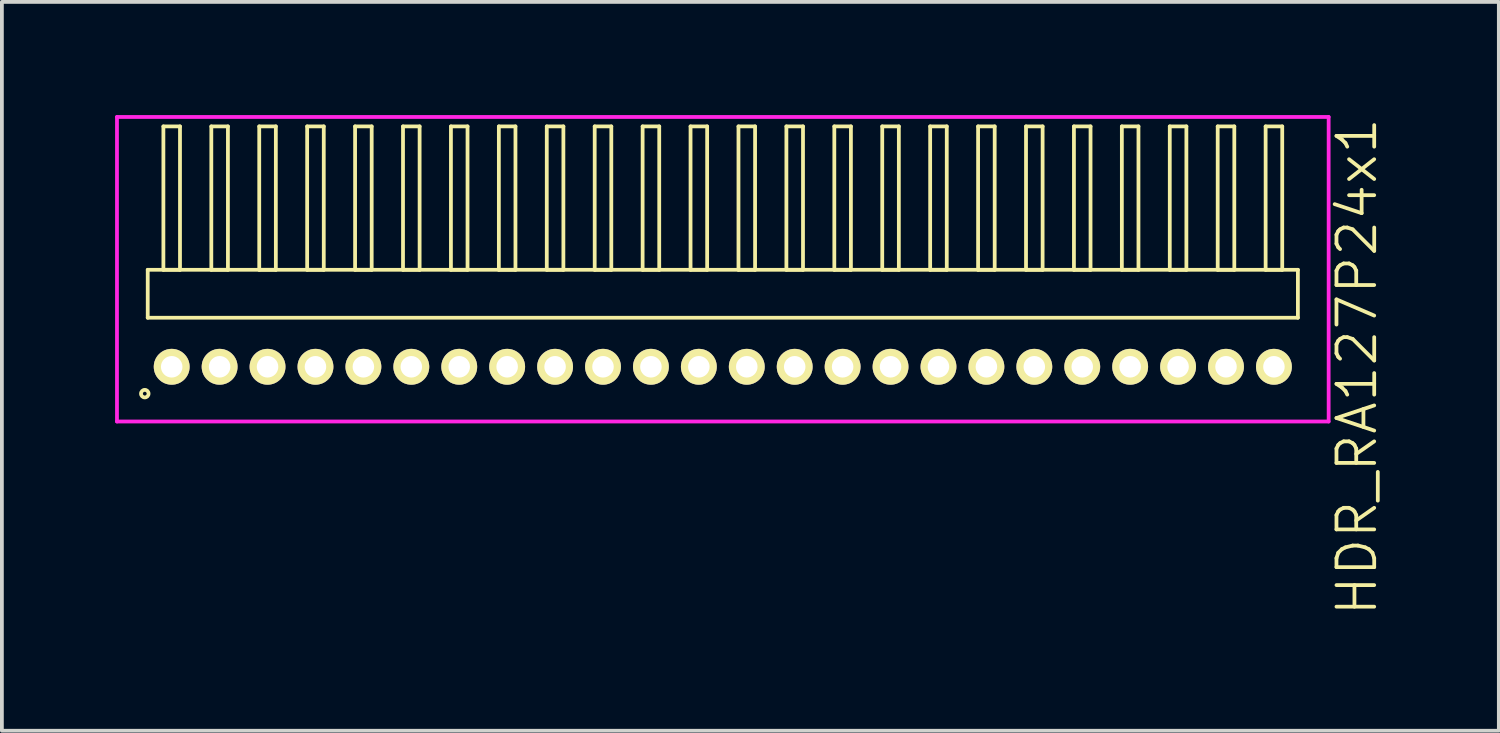
<source format=kicad_pcb>
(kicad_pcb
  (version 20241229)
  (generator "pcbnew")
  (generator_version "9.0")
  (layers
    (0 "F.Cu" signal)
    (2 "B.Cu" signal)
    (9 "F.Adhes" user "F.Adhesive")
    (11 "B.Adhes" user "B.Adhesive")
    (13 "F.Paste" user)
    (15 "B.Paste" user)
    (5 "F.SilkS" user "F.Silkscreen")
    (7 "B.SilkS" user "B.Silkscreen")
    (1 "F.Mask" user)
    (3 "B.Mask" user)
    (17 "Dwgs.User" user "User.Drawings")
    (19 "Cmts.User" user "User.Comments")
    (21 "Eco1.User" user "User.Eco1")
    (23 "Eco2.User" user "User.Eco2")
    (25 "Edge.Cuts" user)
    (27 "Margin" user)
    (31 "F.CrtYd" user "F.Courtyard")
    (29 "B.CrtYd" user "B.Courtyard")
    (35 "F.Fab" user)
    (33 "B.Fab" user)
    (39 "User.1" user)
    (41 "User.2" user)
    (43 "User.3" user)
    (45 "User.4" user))
  (footprint "HDR_RA127P24x1"
    (layer "F.Cu")
    (at 16.105 6.67)
    (property "Reference" "HDR_RA127P24x1" (at 16.805 0 90) (layer "F.SilkS") (effects (font (size 1 1) (thickness 0.1))))
    (attr through_hole)
    (fp_line (start -15.24 -2.57) (end -15.24 -1.3) (stroke (width 0.1) (type solid)) (layer "F.SilkS"))
    (fp_line (start -15.24 -1.3) (end 15.24 -1.3) (stroke (width 0.1) (type solid)) (layer "F.SilkS"))
    (fp_line (start -14.825 -6.37) (end -14.825 -2.57) (stroke (width 0.1) (type solid)) (layer "F.SilkS"))
    (fp_line (start -14.825 -2.57) (end -14.385 -2.57) (stroke (width 0.1) (type solid)) (layer "F.SilkS"))
    (fp_line (start -14.385 -6.37) (end -14.825 -6.37) (stroke (width 0.1) (type solid)) (layer "F.SilkS"))
    (fp_line (start -14.385 -2.57) (end -14.385 -6.37) (stroke (width 0.1) (type solid)) (layer "F.SilkS"))
    (fp_line (start -13.555 -6.37) (end -13.555 -2.57) (stroke (width 0.1) (type solid)) (layer "F.SilkS"))
    (fp_line (start -13.555 -2.57) (end -13.115 -2.57) (stroke (width 0.1) (type solid)) (layer "F.SilkS"))
    (fp_line (start -13.115 -6.37) (end -13.555 -6.37) (stroke (width 0.1) (type solid)) (layer "F.SilkS"))
    (fp_line (start -13.115 -2.57) (end -13.115 -6.37) (stroke (width 0.1) (type solid)) (layer "F.SilkS"))
    (fp_line (start -12.285 -6.37) (end -12.285 -2.57) (stroke (width 0.1) (type solid)) (layer "F.SilkS"))
    (fp_line (start -12.285 -2.57) (end -11.845 -2.57) (stroke (width 0.1) (type solid)) (layer "F.SilkS"))
    (fp_line (start -11.845 -6.37) (end -12.285 -6.37) (stroke (width 0.1) (type solid)) (layer "F.SilkS"))
    (fp_line (start -11.845 -2.57) (end -11.845 -6.37) (stroke (width 0.1) (type solid)) (layer "F.SilkS"))
    (fp_line (start -11.015 -6.37) (end -11.015 -2.57) (stroke (width 0.1) (type solid)) (layer "F.SilkS"))
    (fp_line (start -11.015 -2.57) (end -10.575 -2.57) (stroke (width 0.1) (type solid)) (layer "F.SilkS"))
    (fp_line (start -10.575 -6.37) (end -11.015 -6.37) (stroke (width 0.1) (type solid)) (layer "F.SilkS"))
    (fp_line (start -10.575 -2.57) (end -10.575 -6.37) (stroke (width 0.1) (type solid)) (layer "F.SilkS"))
    (fp_line (start -9.745 -6.37) (end -9.745 -2.57) (stroke (width 0.1) (type solid)) (layer "F.SilkS"))
    (fp_line (start -9.745 -2.57) (end -9.305 -2.57) (stroke (width 0.1) (type solid)) (layer "F.SilkS"))
    (fp_line (start -9.305 -6.37) (end -9.745 -6.37) (stroke (width 0.1) (type solid)) (layer "F.SilkS"))
    (fp_line (start -9.305 -2.57) (end -9.305 -6.37) (stroke (width 0.1) (type solid)) (layer "F.SilkS"))
    (fp_line (start -8.475 -6.37) (end -8.475 -2.57) (stroke (width 0.1) (type solid)) (layer "F.SilkS"))
    (fp_line (start -8.475 -2.57) (end -8.035 -2.57) (stroke (width 0.1) (type solid)) (layer "F.SilkS"))
    (fp_line (start -8.035 -6.37) (end -8.475 -6.37) (stroke (width 0.1) (type solid)) (layer "F.SilkS"))
    (fp_line (start -8.035 -2.57) (end -8.035 -6.37) (stroke (width 0.1) (type solid)) (layer "F.SilkS"))
    (fp_line (start -7.205 -6.37) (end -7.205 -2.57) (stroke (width 0.1) (type solid)) (layer "F.SilkS"))
    (fp_line (start -7.205 -2.57) (end -6.765 -2.57) (stroke (width 0.1) (type solid)) (layer "F.SilkS"))
    (fp_line (start -6.765 -6.37) (end -7.205 -6.37) (stroke (width 0.1) (type solid)) (layer "F.SilkS"))
    (fp_line (start -6.765 -2.57) (end -6.765 -6.37) (stroke (width 0.1) (type solid)) (layer "F.SilkS"))
    (fp_line (start -5.935 -6.37) (end -5.935 -2.57) (stroke (width 0.1) (type solid)) (layer "F.SilkS"))
    (fp_line (start -5.935 -2.57) (end -5.495 -2.57) (stroke (width 0.1) (type solid)) (layer "F.SilkS"))
    (fp_line (start -5.495 -6.37) (end -5.935 -6.37) (stroke (width 0.1) (type solid)) (layer "F.SilkS"))
    (fp_line (start -5.495 -2.57) (end -5.495 -6.37) (stroke (width 0.1) (type solid)) (layer "F.SilkS"))
    (fp_line (start -4.665 -6.37) (end -4.665 -2.57) (stroke (width 0.1) (type solid)) (layer "F.SilkS"))
    (fp_line (start -4.665 -2.57) (end -4.225 -2.57) (stroke (width 0.1) (type solid)) (layer "F.SilkS"))
    (fp_line (start -4.225 -6.37) (end -4.665 -6.37) (stroke (width 0.1) (type solid)) (layer "F.SilkS"))
    (fp_line (start -4.225 -2.57) (end -4.225 -6.37) (stroke (width 0.1) (type solid)) (layer "F.SilkS"))
    (fp_line (start -3.395 -6.37) (end -3.395 -2.57) (stroke (width 0.1) (type solid)) (layer "F.SilkS"))
    (fp_line (start -3.395 -2.57) (end -2.955 -2.57) (stroke (width 0.1) (type solid)) (layer "F.SilkS"))
    (fp_line (start -2.955 -6.37) (end -3.395 -6.37) (stroke (width 0.1) (type solid)) (layer "F.SilkS"))
    (fp_line (start -2.955 -2.57) (end -2.955 -6.37) (stroke (width 0.1) (type solid)) (layer "F.SilkS"))
    (fp_line (start -2.125 -6.37) (end -2.125 -2.57) (stroke (width 0.1) (type solid)) (layer "F.SilkS"))
    (fp_line (start -2.125 -2.57) (end -1.685 -2.57) (stroke (width 0.1) (type solid)) (layer "F.SilkS"))
    (fp_line (start -1.685 -6.37) (end -2.125 -6.37) (stroke (width 0.1) (type solid)) (layer "F.SilkS"))
    (fp_line (start -1.685 -2.57) (end -1.685 -6.37) (stroke (width 0.1) (type solid)) (layer "F.SilkS"))
    (fp_line (start -0.855 -6.37) (end -0.855 -2.57) (stroke (width 0.1) (type solid)) (layer "F.SilkS"))
    (fp_line (start -0.855 -2.57) (end -0.415 -2.57) (stroke (width 0.1) (type solid)) (layer "F.SilkS"))
    (fp_line (start -0.415 -6.37) (end -0.855 -6.37) (stroke (width 0.1) (type solid)) (layer "F.SilkS"))
    (fp_line (start -0.415 -2.57) (end -0.415 -6.37) (stroke (width 0.1) (type solid)) (layer "F.SilkS"))
    (fp_line (start 0.415 -6.37) (end 0.415 -2.57) (stroke (width 0.1) (type solid)) (layer "F.SilkS"))
    (fp_line (start 0.415 -2.57) (end 0.855 -2.57) (stroke (width 0.1) (type solid)) (layer "F.SilkS"))
    (fp_line (start 0.855 -6.37) (end 0.415 -6.37) (stroke (width 0.1) (type solid)) (layer "F.SilkS"))
    (fp_line (start 0.855 -2.57) (end 0.855 -6.37) (stroke (width 0.1) (type solid)) (layer "F.SilkS"))
    (fp_line (start 1.685 -6.37) (end 1.685 -2.57) (stroke (width 0.1) (type solid)) (layer "F.SilkS"))
    (fp_line (start 1.685 -2.57) (end 2.125 -2.57) (stroke (width 0.1) (type solid)) (layer "F.SilkS"))
    (fp_line (start 2.125 -6.37) (end 1.685 -6.37) (stroke (width 0.1) (type solid)) (layer "F.SilkS"))
    (fp_line (start 2.125 -2.57) (end 2.125 -6.37) (stroke (width 0.1) (type solid)) (layer "F.SilkS"))
    (fp_line (start 2.955 -6.37) (end 2.955 -2.57) (stroke (width 0.1) (type solid)) (layer "F.SilkS"))
    (fp_line (start 2.955 -2.57) (end 3.395 -2.57) (stroke (width 0.1) (type solid)) (layer "F.SilkS"))
    (fp_line (start 3.395 -6.37) (end 2.955 -6.37) (stroke (width 0.1) (type solid)) (layer "F.SilkS"))
    (fp_line (start 3.395 -2.57) (end 3.395 -6.37) (stroke (width 0.1) (type solid)) (layer "F.SilkS"))
    (fp_line (start 4.225 -6.37) (end 4.225 -2.57) (stroke (width 0.1) (type solid)) (layer "F.SilkS"))
    (fp_line (start 4.225 -2.57) (end 4.665 -2.57) (stroke (width 0.1) (type solid)) (layer "F.SilkS"))
    (fp_line (start 4.665 -6.37) (end 4.225 -6.37) (stroke (width 0.1) (type solid)) (layer "F.SilkS"))
    (fp_line (start 4.665 -2.57) (end 4.665 -6.37) (stroke (width 0.1) (type solid)) (layer "F.SilkS"))
    (fp_line (start 5.495 -6.37) (end 5.495 -2.57) (stroke (width 0.1) (type solid)) (layer "F.SilkS"))
    (fp_line (start 5.495 -2.57) (end 5.935 -2.57) (stroke (width 0.1) (type solid)) (layer "F.SilkS"))
    (fp_line (start 5.935 -6.37) (end 5.495 -6.37) (stroke (width 0.1) (type solid)) (layer "F.SilkS"))
    (fp_line (start 5.935 -2.57) (end 5.935 -6.37) (stroke (width 0.1) (type solid)) (layer "F.SilkS"))
    (fp_line (start 6.765 -6.37) (end 6.765 -2.57) (stroke (width 0.1) (type solid)) (layer "F.SilkS"))
    (fp_line (start 6.765 -2.57) (end 7.205 -2.57) (stroke (width 0.1) (type solid)) (layer "F.SilkS"))
    (fp_line (start 7.205 -6.37) (end 6.765 -6.37) (stroke (width 0.1) (type solid)) (layer "F.SilkS"))
    (fp_line (start 7.205 -2.57) (end 7.205 -6.37) (stroke (width 0.1) (type solid)) (layer "F.SilkS"))
    (fp_line (start 8.035 -6.37) (end 8.035 -2.57) (stroke (width 0.1) (type solid)) (layer "F.SilkS"))
    (fp_line (start 8.035 -2.57) (end 8.475 -2.57) (stroke (width 0.1) (type solid)) (layer "F.SilkS"))
    (fp_line (start 8.475 -6.37) (end 8.035 -6.37) (stroke (width 0.1) (type solid)) (layer "F.SilkS"))
    (fp_line (start 8.475 -2.57) (end 8.475 -6.37) (stroke (width 0.1) (type solid)) (layer "F.SilkS"))
    (fp_line (start 9.305 -6.37) (end 9.305 -2.57) (stroke (width 0.1) (type solid)) (layer "F.SilkS"))
    (fp_line (start 9.305 -2.57) (end 9.745 -2.57) (stroke (width 0.1) (type solid)) (layer "F.SilkS"))
    (fp_line (start 9.745 -6.37) (end 9.305 -6.37) (stroke (width 0.1) (type solid)) (layer "F.SilkS"))
    (fp_line (start 9.745 -2.57) (end 9.745 -6.37) (stroke (width 0.1) (type solid)) (layer "F.SilkS"))
    (fp_line (start 10.575 -6.37) (end 10.575 -2.57) (stroke (width 0.1) (type solid)) (layer "F.SilkS"))
    (fp_line (start 10.575 -2.57) (end 11.015 -2.57) (stroke (width 0.1) (type solid)) (layer "F.SilkS"))
    (fp_line (start 11.015 -6.37) (end 10.575 -6.37) (stroke (width 0.1) (type solid)) (layer "F.SilkS"))
    (fp_line (start 11.015 -2.57) (end 11.015 -6.37) (stroke (width 0.1) (type solid)) (layer "F.SilkS"))
    (fp_line (start 11.845 -6.37) (end 11.845 -2.57) (stroke (width 0.1) (type solid)) (layer "F.SilkS"))
    (fp_line (start 11.845 -2.57) (end 12.285 -2.57) (stroke (width 0.1) (type solid)) (layer "F.SilkS"))
    (fp_line (start 12.285 -6.37) (end 11.845 -6.37) (stroke (width 0.1) (type solid)) (layer "F.SilkS"))
    (fp_line (start 12.285 -2.57) (end 12.285 -6.37) (stroke (width 0.1) (type solid)) (layer "F.SilkS"))
    (fp_line (start 13.115 -6.37) (end 13.115 -2.57) (stroke (width 0.1) (type solid)) (layer "F.SilkS"))
    (fp_line (start 13.115 -2.57) (end 13.555 -2.57) (stroke (width 0.1) (type solid)) (layer "F.SilkS"))
    (fp_line (start 13.555 -6.37) (end 13.115 -6.37) (stroke (width 0.1) (type solid)) (layer "F.SilkS"))
    (fp_line (start 13.555 -2.57) (end 13.555 -6.37) (stroke (width 0.1) (type solid)) (layer "F.SilkS"))
    (fp_line (start 14.385 -6.37) (end 14.385 -2.57) (stroke (width 0.1) (type solid)) (layer "F.SilkS"))
    (fp_line (start 14.385 -2.57) (end 14.825 -2.57) (stroke (width 0.1) (type solid)) (layer "F.SilkS"))
    (fp_line (start 14.825 -6.37) (end 14.385 -6.37) (stroke (width 0.1) (type solid)) (layer "F.SilkS"))
    (fp_line (start 14.825 -2.57) (end 14.825 -6.37) (stroke (width 0.1) (type solid)) (layer "F.SilkS"))
    (fp_line (start 15.24 -2.57) (end -15.24 -2.57) (stroke (width 0.1) (type solid)) (layer "F.SilkS"))
    (fp_line (start 15.24 -1.3) (end 15.24 -2.57) (stroke (width 0.1) (type solid)) (layer "F.SilkS"))
    (fp_circle (center -15.318 0.712) (end -15.218 0.712) (stroke (width 0.1) (type solid)) (fill no) (layer "F.SilkS"))
    (fp_line (start -16.055 -6.62) (end -16.055 1.45) (stroke (width 0.1) (type solid)) (layer "F.CrtYd"))
    (fp_line (start -16.055 1.45) (end 16.055 1.45) (stroke (width 0.1) (type solid)) (layer "F.CrtYd"))
    (fp_line (start 16.055 -6.62) (end -16.055 -6.62) (stroke (width 0.1) (type solid)) (layer "F.CrtYd"))
    (fp_line (start 16.055 1.45) (end 16.055 -6.62) (stroke (width 0.1) (type solid)) (layer "F.CrtYd"))
    (pad "1" thru_hole oval (at -14.605 0) (size 0.95 0.95) (drill 0.57) (layers "*.Cu" "*.Mask" "F.SilkS"))
    (pad "2" thru_hole oval (at -13.335 0) (size 0.95 0.95) (drill 0.57) (layers "*.Cu" "*.Mask" "F.SilkS"))
    (pad "3" thru_hole oval (at -12.065 0) (size 0.95 0.95) (drill 0.57) (layers "*.Cu" "*.Mask" "F.SilkS"))
    (pad "4" thru_hole oval (at -10.795 0) (size 0.95 0.95) (drill 0.57) (layers "*.Cu" "*.Mask" "F.SilkS"))
    (pad "5" thru_hole oval (at -9.525 0) (size 0.95 0.95) (drill 0.57) (layers "*.Cu" "*.Mask" "F.SilkS"))
    (pad "6" thru_hole oval (at -8.255 0) (size 0.95 0.95) (drill 0.57) (layers "*.Cu" "*.Mask" "F.SilkS"))
    (pad "7" thru_hole oval (at -6.985 0) (size 0.95 0.95) (drill 0.57) (layers "*.Cu" "*.Mask" "F.SilkS"))
    (pad "8" thru_hole oval (at -5.715 0) (size 0.95 0.95) (drill 0.57) (layers "*.Cu" "*.Mask" "F.SilkS"))
    (pad "9" thru_hole oval (at -4.445 0) (size 0.95 0.95) (drill 0.57) (layers "*.Cu" "*.Mask" "F.SilkS"))
    (pad "10" thru_hole oval (at -3.175 0) (size 0.95 0.95) (drill 0.57) (layers "*.Cu" "*.Mask" "F.SilkS"))
    (pad "11" thru_hole oval (at -1.905 0) (size 0.95 0.95) (drill 0.57) (layers "*.Cu" "*.Mask" "F.SilkS"))
    (pad "12" thru_hole oval (at -0.635 0) (size 0.95 0.95) (drill 0.57) (layers "*.Cu" "*.Mask" "F.SilkS"))
    (pad "13" thru_hole oval (at 0.635 0) (size 0.95 0.95) (drill 0.57) (layers "*.Cu" "*.Mask" "F.SilkS"))
    (pad "14" thru_hole oval (at 1.905 0) (size 0.95 0.95) (drill 0.57) (layers "*.Cu" "*.Mask" "F.SilkS"))
    (pad "15" thru_hole oval (at 3.175 0) (size 0.95 0.95) (drill 0.57) (layers "*.Cu" "*.Mask" "F.SilkS"))
    (pad "16" thru_hole oval (at 4.445 0) (size 0.95 0.95) (drill 0.57) (layers "*.Cu" "*.Mask" "F.SilkS"))
    (pad "17" thru_hole oval (at 5.715 0) (size 0.95 0.95) (drill 0.57) (layers "*.Cu" "*.Mask" "F.SilkS"))
    (pad "18" thru_hole oval (at 6.985 0) (size 0.95 0.95) (drill 0.57) (layers "*.Cu" "*.Mask" "F.SilkS"))
    (pad "19" thru_hole oval (at 8.255 0) (size 0.95 0.95) (drill 0.57) (layers "*.Cu" "*.Mask" "F.SilkS"))
    (pad "20" thru_hole oval (at 9.525 0) (size 0.95 0.95) (drill 0.57) (layers "*.Cu" "*.Mask" "F.SilkS"))
    (pad "21" thru_hole oval (at 10.795 0) (size 0.95 0.95) (drill 0.57) (layers "*.Cu" "*.Mask" "F.SilkS"))
    (pad "22" thru_hole oval (at 12.065 0) (size 0.95 0.95) (drill 0.57) (layers "*.Cu" "*.Mask" "F.SilkS"))
    (pad "23" thru_hole oval (at 13.335 0) (size 0.95 0.95) (drill 0.57) (layers "*.Cu" "*.Mask" "F.SilkS"))
    (pad "24" thru_hole oval (at 14.605 0) (size 0.95 0.95) (drill 0.57) (layers "*.Cu" "*.Mask" "F.SilkS")))
  (gr_rect
    (start -3 -3)
    (end 36.67 16.315)
    (stroke (width 0.1) (type default))
    (fill no)
    (layer "Edge.Cuts")))
</source>
